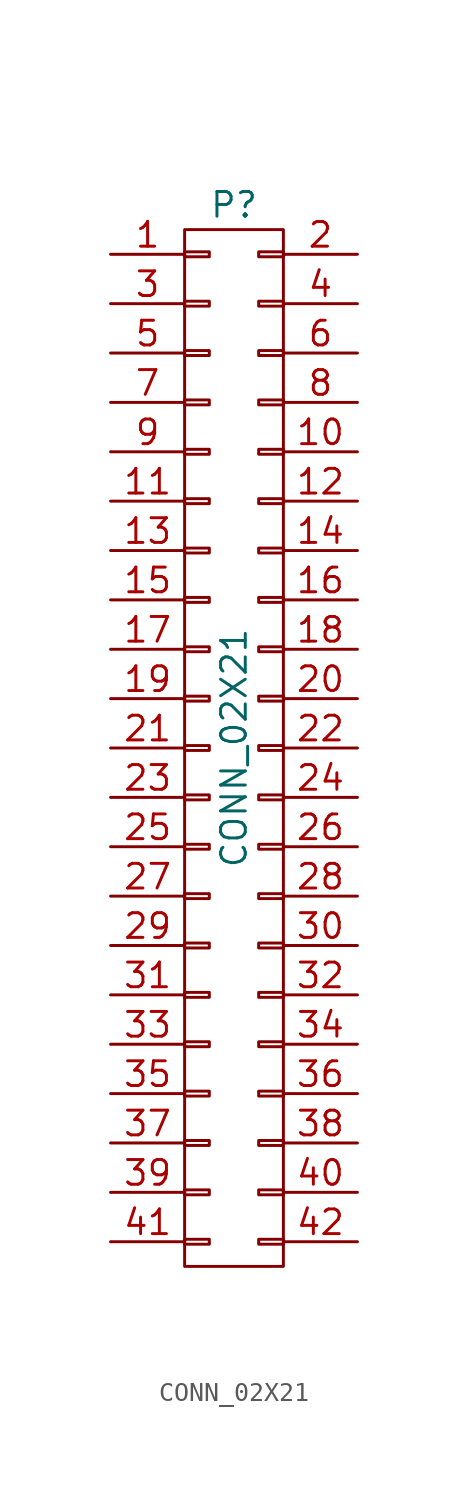
<source format=kicad_sym>
(kicad_symbol_lib
  (version 20231120)
  (generator "kicad_symbol_editor")
  (generator_version "8.0")
  (symbol "CONN_02X21"
    (pin_names
      (offset 0.025) hide)
    (property "Reference" "P"
      (at 0 27.94 0)
      (effects (font (size 1.27 1.27))))
    (property "Value" "CONN_02X21"
      (at 0 0 90)
      (effects (font (size 1.27 1.27))))
    (property "Footprint" ""
      (at 0 -24.13 0)
      (effects (font (size 1.27 1.27))))
    (property "Datasheet" ""
      (at 0 -24.13 0)
      (effects (font (size 1.27 1.27))))
    (symbol "CONN_02X21_0_1"
      (rectangle (start -2.54 -25.273) (end -1.27 -25.527) (stroke (width 0) (type solid)) (fill (type none)))
      (rectangle (start -2.54 -22.733) (end -1.27 -22.987) (stroke (width 0) (type solid)) (fill (type none)))
      (rectangle (start -2.54 -20.193) (end -1.27 -20.447) (stroke (width 0) (type solid)) (fill (type none)))
      (rectangle (start -2.54 -17.653) (end -1.27 -17.907) (stroke (width 0) (type solid)) (fill (type none)))
      (rectangle (start -2.54 -15.113) (end -1.27 -15.367) (stroke (width 0) (type solid)) (fill (type none)))
      (rectangle (start -2.54 -12.573) (end -1.27 -12.827) (stroke (width 0) (type solid)) (fill (type none)))
      (rectangle (start -2.54 -10.033) (end -1.27 -10.287) (stroke (width 0) (type solid)) (fill (type none)))
      (rectangle (start -2.54 -7.493) (end -1.27 -7.747) (stroke (width 0) (type solid)) (fill (type none)))
      (rectangle (start -2.54 -4.953) (end -1.27 -5.207) (stroke (width 0) (type solid)) (fill (type none)))
      (rectangle (start -2.54 -2.413) (end -1.27 -2.667) (stroke (width 0) (type solid)) (fill (type none)))
      (rectangle (start -2.54 0.127) (end -1.27 -0.127) (stroke (width 0) (type solid)) (fill (type none)))
      (rectangle (start -2.54 2.667) (end -1.27 2.413) (stroke (width 0) (type solid)) (fill (type none)))
      (rectangle (start -2.54 5.207) (end -1.27 4.953) (stroke (width 0) (type solid)) (fill (type none)))
      (rectangle (start -2.54 7.747) (end -1.27 7.493) (stroke (width 0) (type solid)) (fill (type none)))
      (rectangle (start -2.54 10.287) (end -1.27 10.033) (stroke (width 0) (type solid)) (fill (type none)))
      (rectangle (start -2.54 12.827) (end -1.27 12.573) (stroke (width 0) (type solid)) (fill (type none)))
      (rectangle (start -2.54 15.367) (end -1.27 15.113) (stroke (width 0) (type solid)) (fill (type none)))
      (rectangle (start -2.54 17.907) (end -1.27 17.653) (stroke (width 0) (type solid)) (fill (type none)))
      (rectangle (start -2.54 20.447) (end -1.27 20.193) (stroke (width 0) (type solid)) (fill (type none)))
      (rectangle (start -2.54 22.987) (end -1.27 22.733) (stroke (width 0) (type solid)) (fill (type none)))
      (rectangle (start -2.54 25.527) (end -1.27 25.273) (stroke (width 0) (type solid)) (fill (type none)))
      (rectangle (start -2.54 26.67) (end 2.54 -26.67) (stroke (width 0) (type solid)) (fill (type none)))
      (rectangle (start 1.27 -25.273) (end 2.54 -25.527) (stroke (width 0) (type solid)) (fill (type none)))
      (rectangle (start 1.27 -22.733) (end 2.54 -22.987) (stroke (width 0) (type solid)) (fill (type none)))
      (rectangle (start 1.27 -20.193) (end 2.54 -20.447) (stroke (width 0) (type solid)) (fill (type none)))
      (rectangle (start 1.27 -17.653) (end 2.54 -17.907) (stroke (width 0) (type solid)) (fill (type none)))
      (rectangle (start 1.27 -15.113) (end 2.54 -15.367) (stroke (width 0) (type solid)) (fill (type none)))
      (rectangle (start 1.27 -12.573) (end 2.54 -12.827) (stroke (width 0) (type solid)) (fill (type none)))
      (rectangle (start 1.27 -10.033) (end 2.54 -10.287) (stroke (width 0) (type solid)) (fill (type none)))
      (rectangle (start 1.27 -7.493) (end 2.54 -7.747) (stroke (width 0) (type solid)) (fill (type none)))
      (rectangle (start 1.27 -4.953) (end 2.54 -5.207) (stroke (width 0) (type solid)) (fill (type none)))
      (rectangle (start 1.27 -2.413) (end 2.54 -2.667) (stroke (width 0) (type solid)) (fill (type none)))
      (rectangle (start 1.27 0.127) (end 2.54 -0.127) (stroke (width 0) (type solid)) (fill (type none)))
      (rectangle (start 1.27 2.667) (end 2.54 2.413) (stroke (width 0) (type solid)) (fill (type none)))
      (rectangle (start 1.27 5.207) (end 2.54 4.953) (stroke (width 0) (type solid)) (fill (type none)))
      (rectangle (start 1.27 7.747) (end 2.54 7.493) (stroke (width 0) (type solid)) (fill (type none)))
      (rectangle (start 1.27 10.287) (end 2.54 10.033) (stroke (width 0) (type solid)) (fill (type none)))
      (rectangle (start 1.27 12.827) (end 2.54 12.573) (stroke (width 0) (type solid)) (fill (type none)))
      (rectangle (start 1.27 15.367) (end 2.54 15.113) (stroke (width 0) (type solid)) (fill (type none)))
      (rectangle (start 1.27 17.907) (end 2.54 17.653) (stroke (width 0) (type solid)) (fill (type none)))
      (rectangle (start 1.27 20.447) (end 2.54 20.193) (stroke (width 0) (type solid)) (fill (type none)))
      (rectangle (start 1.27 22.987) (end 2.54 22.733) (stroke (width 0) (type solid)) (fill (type none)))
      (rectangle (start 1.27 25.527) (end 2.54 25.273) (stroke (width 0) (type solid)) (fill (type none))))
    (symbol "CONN_02X21_1_1"
      (pin passive line (at -6.35 25.4 0) (length 3.81) (name "P1" (effects (font (size 1.27 1.27)))) (number "1" (effects (font (size 1.27 1.27)))))
      (pin passive line (at 6.35 15.24 180) (length 3.81) (name "P10" (effects (font (size 1.27 1.27)))) (number "10" (effects (font (size 1.27 1.27)))))
      (pin passive line (at -6.35 12.7 0) (length 3.81) (name "P11" (effects (font (size 1.27 1.27)))) (number "11" (effects (font (size 1.27 1.27)))))
      (pin passive line (at 6.35 12.7 180) (length 3.81) (name "P12" (effects (font (size 1.27 1.27)))) (number "12" (effects (font (size 1.27 1.27)))))
      (pin passive line (at -6.35 10.16 0) (length 3.81) (name "P13" (effects (font (size 1.27 1.27)))) (number "13" (effects (font (size 1.27 1.27)))))
      (pin passive line (at 6.35 10.16 180) (length 3.81) (name "P14" (effects (font (size 1.27 1.27)))) (number "14" (effects (font (size 1.27 1.27)))))
      (pin passive line (at -6.35 7.62 0) (length 3.81) (name "P15" (effects (font (size 1.27 1.27)))) (number "15" (effects (font (size 1.27 1.27)))))
      (pin passive line (at 6.35 7.62 180) (length 3.81) (name "P16" (effects (font (size 1.27 1.27)))) (number "16" (effects (font (size 1.27 1.27)))))
      (pin passive line (at -6.35 5.08 0) (length 3.81) (name "P17" (effects (font (size 1.27 1.27)))) (number "17" (effects (font (size 1.27 1.27)))))
      (pin passive line (at 6.35 5.08 180) (length 3.81) (name "P18" (effects (font (size 1.27 1.27)))) (number "18" (effects (font (size 1.27 1.27)))))
      (pin passive line (at -6.35 2.54 0) (length 3.81) (name "P19" (effects (font (size 1.27 1.27)))) (number "19" (effects (font (size 1.27 1.27)))))
      (pin passive line (at 6.35 25.4 180) (length 3.81) (name "P2" (effects (font (size 1.27 1.27)))) (number "2" (effects (font (size 1.27 1.27)))))
      (pin passive line (at 6.35 2.54 180) (length 3.81) (name "P20" (effects (font (size 1.27 1.27)))) (number "20" (effects (font (size 1.27 1.27)))))
      (pin passive line (at -6.35 0 0) (length 3.81) (name "P21" (effects (font (size 1.27 1.27)))) (number "21" (effects (font (size 1.27 1.27)))))
      (pin passive line (at 6.35 0 180) (length 3.81) (name "P22" (effects (font (size 1.27 1.27)))) (number "22" (effects (font (size 1.27 1.27)))))
      (pin passive line (at -6.35 -2.54 0) (length 3.81) (name "P23" (effects (font (size 1.27 1.27)))) (number "23" (effects (font (size 1.27 1.27)))))
      (pin passive line (at 6.35 -2.54 180) (length 3.81) (name "P24" (effects (font (size 1.27 1.27)))) (number "24" (effects (font (size 1.27 1.27)))))
      (pin passive line (at -6.35 -5.08 0) (length 3.81) (name "P25" (effects (font (size 1.27 1.27)))) (number "25" (effects (font (size 1.27 1.27)))))
      (pin passive line (at 6.35 -5.08 180) (length 3.81) (name "P26" (effects (font (size 1.27 1.27)))) (number "26" (effects (font (size 1.27 1.27)))))
      (pin passive line (at -6.35 -7.62 0) (length 3.81) (name "P27" (effects (font (size 1.27 1.27)))) (number "27" (effects (font (size 1.27 1.27)))))
      (pin passive line (at 6.35 -7.62 180) (length 3.81) (name "P28" (effects (font (size 1.27 1.27)))) (number "28" (effects (font (size 1.27 1.27)))))
      (pin passive line (at -6.35 -10.16 0) (length 3.81) (name "P29" (effects (font (size 1.27 1.27)))) (number "29" (effects (font (size 1.27 1.27)))))
      (pin passive line (at -6.35 22.86 0) (length 3.81) (name "P3" (effects (font (size 1.27 1.27)))) (number "3" (effects (font (size 1.27 1.27)))))
      (pin passive line (at 6.35 -10.16 180) (length 3.81) (name "P30" (effects (font (size 1.27 1.27)))) (number "30" (effects (font (size 1.27 1.27)))))
      (pin passive line (at -6.35 -12.7 0) (length 3.81) (name "P31" (effects (font (size 1.27 1.27)))) (number "31" (effects (font (size 1.27 1.27)))))
      (pin passive line (at 6.35 -12.7 180) (length 3.81) (name "P32" (effects (font (size 1.27 1.27)))) (number "32" (effects (font (size 1.27 1.27)))))
      (pin passive line (at -6.35 -15.24 0) (length 3.81) (name "P33" (effects (font (size 1.27 1.27)))) (number "33" (effects (font (size 1.27 1.27)))))
      (pin passive line (at 6.35 -15.24 180) (length 3.81) (name "P34" (effects (font (size 1.27 1.27)))) (number "34" (effects (font (size 1.27 1.27)))))
      (pin passive line (at -6.35 -17.78 0) (length 3.81) (name "P35" (effects (font (size 1.27 1.27)))) (number "35" (effects (font (size 1.27 1.27)))))
      (pin passive line (at 6.35 -17.78 180) (length 3.81) (name "P36" (effects (font (size 1.27 1.27)))) (number "36" (effects (font (size 1.27 1.27)))))
      (pin passive line (at -6.35 -20.32 0) (length 3.81) (name "P37" (effects (font (size 1.27 1.27)))) (number "37" (effects (font (size 1.27 1.27)))))
      (pin passive line (at 6.35 -20.32 180) (length 3.81) (name "P38" (effects (font (size 1.27 1.27)))) (number "38" (effects (font (size 1.27 1.27)))))
      (pin passive line (at -6.35 -22.86 0) (length 3.81) (name "P39" (effects (font (size 1.27 1.27)))) (number "39" (effects (font (size 1.27 1.27)))))
      (pin passive line (at 6.35 22.86 180) (length 3.81) (name "P4" (effects (font (size 1.27 1.27)))) (number "4" (effects (font (size 1.27 1.27)))))
      (pin passive line (at 6.35 -22.86 180) (length 3.81) (name "P40" (effects (font (size 1.27 1.27)))) (number "40" (effects (font (size 1.27 1.27)))))
      (pin passive line (at -6.35 -25.4 0) (length 3.81) (name "P41" (effects (font (size 1.27 1.27)))) (number "41" (effects (font (size 1.27 1.27)))))
      (pin passive line (at 6.35 -25.4 180) (length 3.81) (name "P42" (effects (font (size 1.27 1.27)))) (number "42" (effects (font (size 1.27 1.27)))))
      (pin passive line (at -6.35 20.32 0) (length 3.81) (name "P5" (effects (font (size 1.27 1.27)))) (number "5" (effects (font (size 1.27 1.27)))))
      (pin passive line (at 6.35 20.32 180) (length 3.81) (name "P6" (effects (font (size 1.27 1.27)))) (number "6" (effects (font (size 1.27 1.27)))))
      (pin passive line (at -6.35 17.78 0) (length 3.81) (name "P7" (effects (font (size 1.27 1.27)))) (number "7" (effects (font (size 1.27 1.27)))))
      (pin passive line (at 6.35 17.78 180) (length 3.81) (name "P8" (effects (font (size 1.27 1.27)))) (number "8" (effects (font (size 1.27 1.27)))))
      (pin passive line (at -6.35 15.24 0) (length 3.81) (name "P9" (effects (font (size 1.27 1.27)))) (number "9" (effects (font (size 1.27 1.27))))))))
</source>
